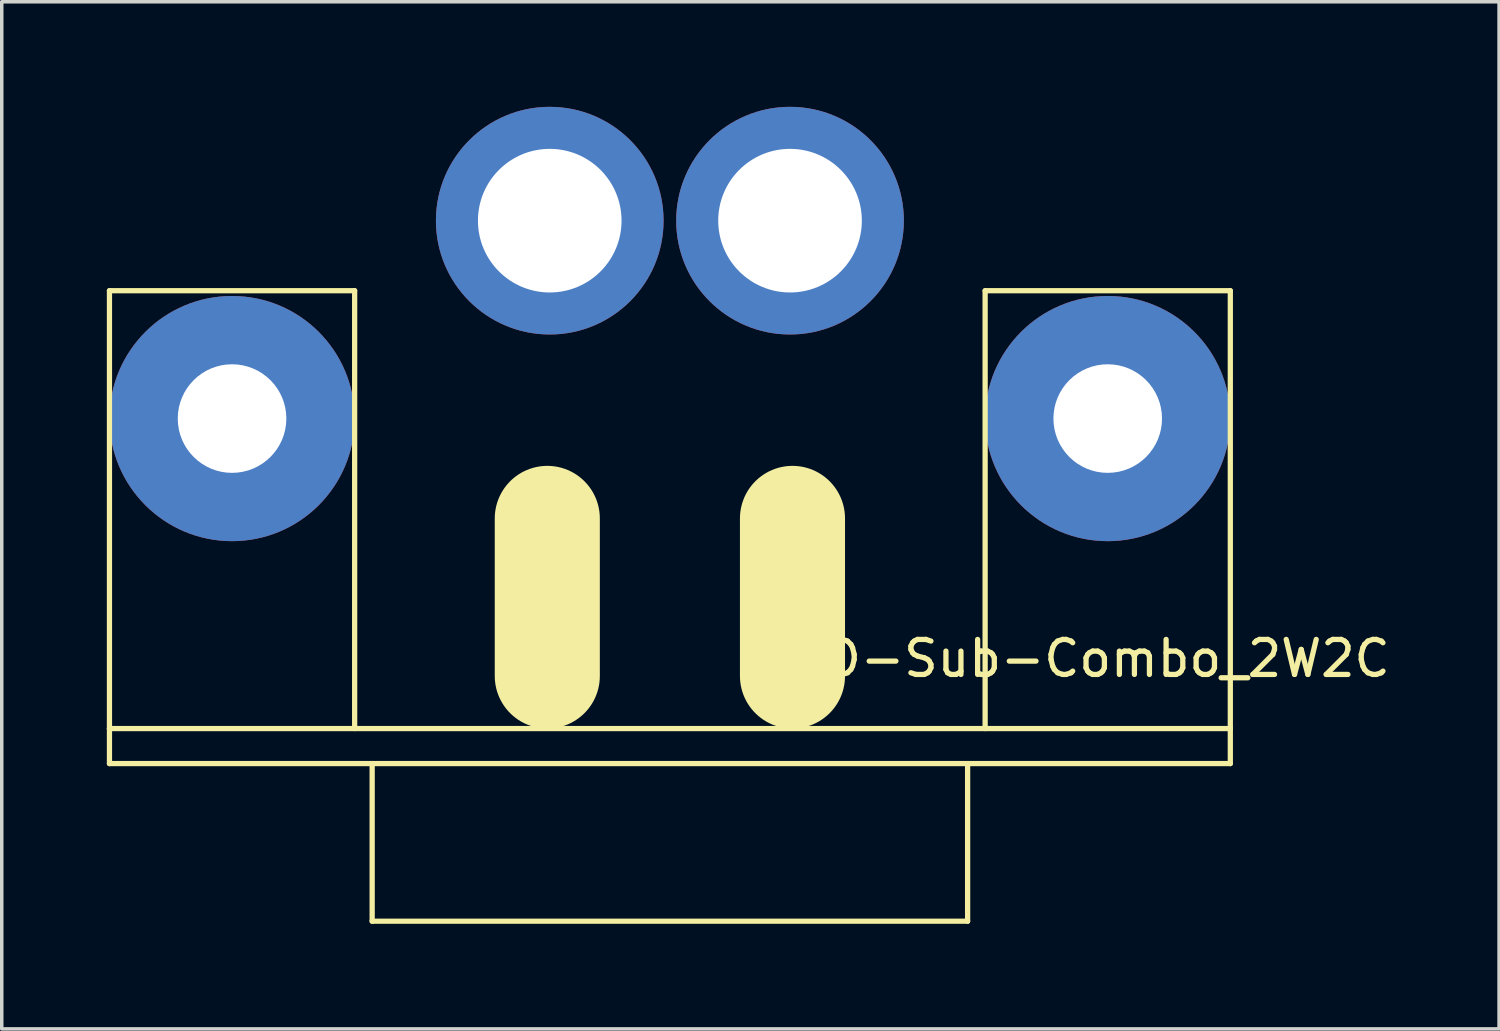
<source format=kicad_pcb>
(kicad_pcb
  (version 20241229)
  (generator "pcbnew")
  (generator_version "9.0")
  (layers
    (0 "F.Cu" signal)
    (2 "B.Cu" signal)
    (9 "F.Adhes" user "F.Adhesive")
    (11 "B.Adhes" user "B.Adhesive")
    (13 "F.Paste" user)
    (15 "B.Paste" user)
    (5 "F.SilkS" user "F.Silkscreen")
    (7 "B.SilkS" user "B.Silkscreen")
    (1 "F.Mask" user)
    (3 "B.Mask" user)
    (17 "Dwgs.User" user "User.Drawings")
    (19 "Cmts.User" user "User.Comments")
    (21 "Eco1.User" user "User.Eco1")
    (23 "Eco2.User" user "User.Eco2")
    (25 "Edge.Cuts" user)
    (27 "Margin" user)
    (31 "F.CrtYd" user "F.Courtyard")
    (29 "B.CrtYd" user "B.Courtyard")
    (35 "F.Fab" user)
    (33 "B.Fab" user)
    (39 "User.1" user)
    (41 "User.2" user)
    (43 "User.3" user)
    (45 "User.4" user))
  (footprint "D-Sub-Combo_2W2C"
    (layer "F.Cu")
    (at 16.075 18.25)
    (property "Reference" "D-Sub-Combo_2W2C" (at 12.5 -2.5 0) (layer "F.SilkS") (effects (font (size 1 1) (thickness 0.15))))
    (attr through_hole)
    (fp_line (start -16 -13) (end -16 -0.5) (stroke (width 0.15) (type solid)) (layer "F.SilkS"))
    (fp_line (start -16 -0.5) (end -16 0.5) (stroke (width 0.15) (type solid)) (layer "F.SilkS"))
    (fp_line (start -16 -0.5) (end 16 -0.5) (stroke (width 0.15) (type solid)) (layer "F.SilkS"))
    (fp_line (start -16 0.5) (end 16 0.5) (stroke (width 0.15) (type solid)) (layer "F.SilkS"))
    (fp_line (start -9 -13) (end -16 -13) (stroke (width 0.15) (type solid)) (layer "F.SilkS"))
    (fp_line (start -9 -13) (end -9 -0.5) (stroke (width 0.15) (type solid)) (layer "F.SilkS"))
    (fp_line (start -8.5 0.5) (end -8.5 5) (stroke (width 0.15) (type solid)) (layer "F.SilkS"))
    (fp_line (start -8.5 5) (end 8.5 5) (stroke (width 0.15) (type solid)) (layer "F.SilkS"))
    (fp_line (start -3.5 -6.5) (end -3.5 -2) (stroke (width 3) (type solid)) (layer "F.SilkS"))
    (fp_line (start 3.5 -6.5) (end 3.5 -2) (stroke (width 3) (type solid)) (layer "F.SilkS"))
    (fp_line (start 8.5 5) (end 8.5 0.5) (stroke (width 0.15) (type solid)) (layer "F.SilkS"))
    (fp_line (start 9 -13) (end 9 -0.5) (stroke (width 0.15) (type solid)) (layer "F.SilkS"))
    (fp_line (start 16 -13) (end 9 -13) (stroke (width 0.15) (type solid)) (layer "F.SilkS"))
    (fp_line (start 16 -0.5) (end 16 -13) (stroke (width 0.15) (type solid)) (layer "F.SilkS"))
    (fp_line (start 16 -0.5) (end 16 0.5) (stroke (width 0.15) (type solid)) (layer "F.SilkS"))
    (pad "1" thru_hole circle (at -3.43 -15) (size 6.5 6.5) (drill 4.1) (layers "*.Cu" "*.Mask"))
    (pad "2" thru_hole circle (at 3.43 -15) (size 6.5 6.5) (drill 4.1) (layers "*.Cu" "*.Mask"))
    (pad "~" thru_hole circle (at -12.5 -9.35 90) (size 7 7) (drill 3.1) (layers "*.Cu" "*.Mask"))
    (pad "~" thru_hole circle (at 12.5 -9.35) (size 7 7) (drill 3.1) (layers "*.Cu" "*.Mask")))
  (gr_rect
    (start -3 -3)
    (end 39.748 26.325)
    (stroke (width 0.1) (type default))
    (fill no)
    (layer "Edge.Cuts")))
</source>
